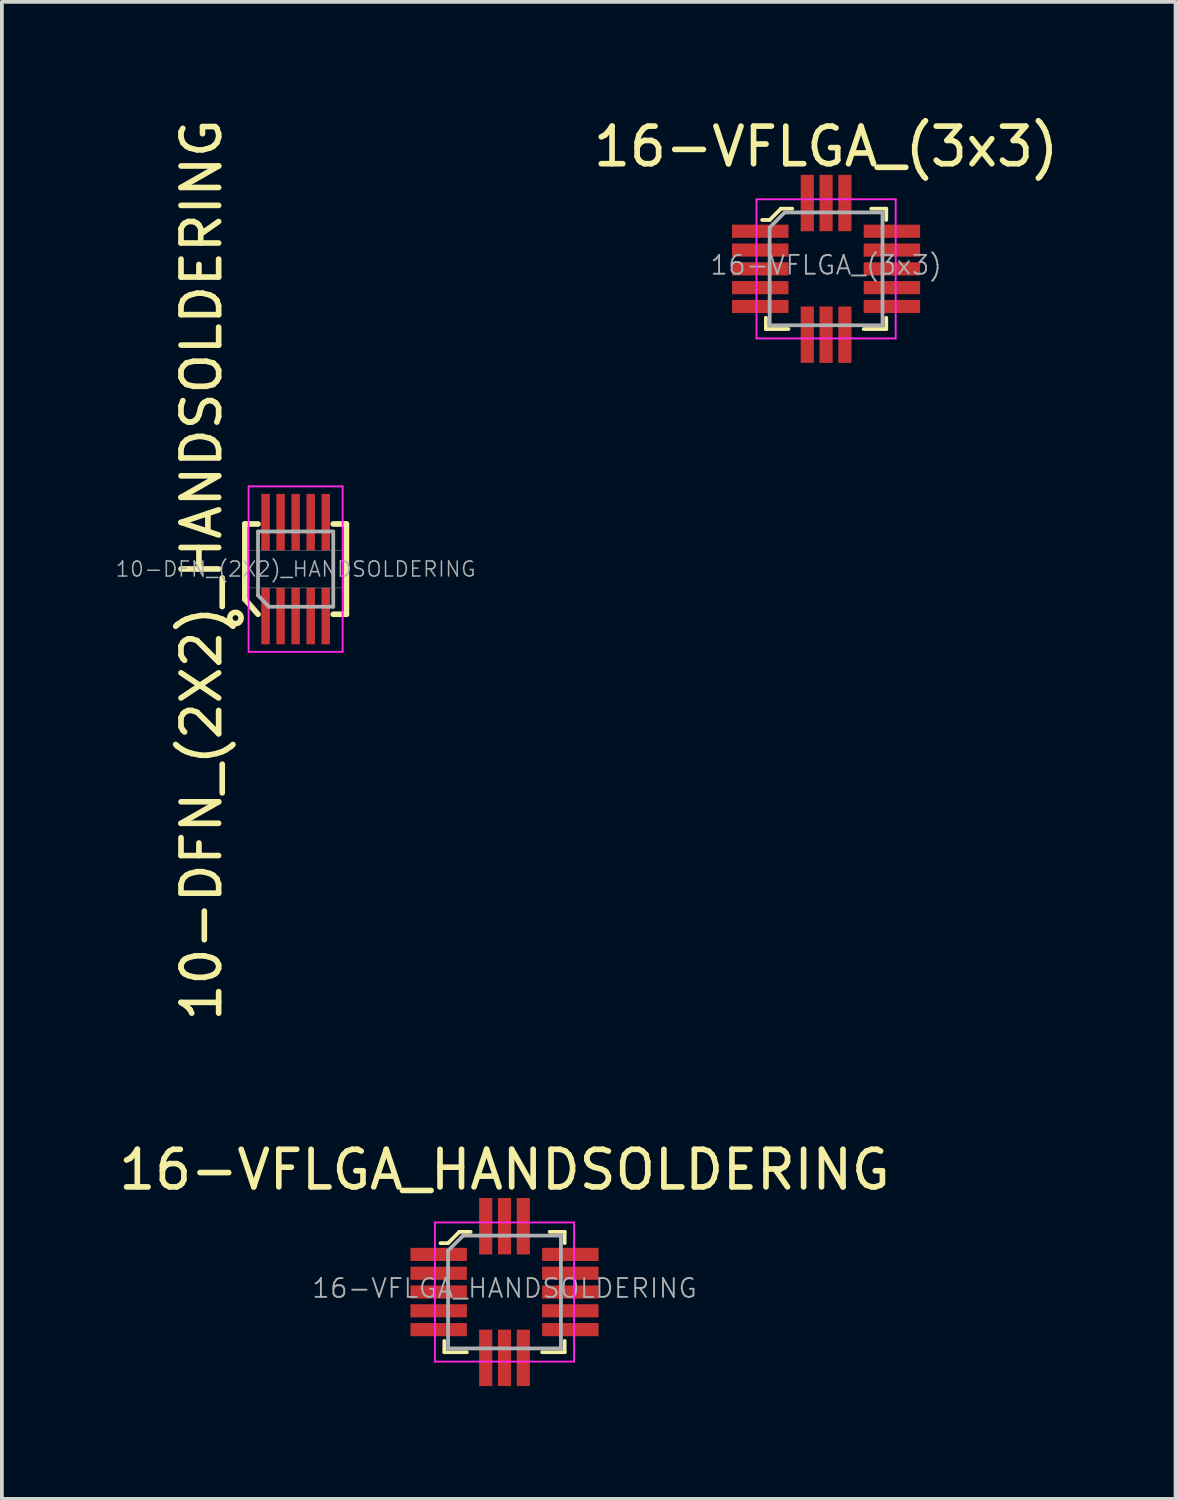
<source format=kicad_pcb>
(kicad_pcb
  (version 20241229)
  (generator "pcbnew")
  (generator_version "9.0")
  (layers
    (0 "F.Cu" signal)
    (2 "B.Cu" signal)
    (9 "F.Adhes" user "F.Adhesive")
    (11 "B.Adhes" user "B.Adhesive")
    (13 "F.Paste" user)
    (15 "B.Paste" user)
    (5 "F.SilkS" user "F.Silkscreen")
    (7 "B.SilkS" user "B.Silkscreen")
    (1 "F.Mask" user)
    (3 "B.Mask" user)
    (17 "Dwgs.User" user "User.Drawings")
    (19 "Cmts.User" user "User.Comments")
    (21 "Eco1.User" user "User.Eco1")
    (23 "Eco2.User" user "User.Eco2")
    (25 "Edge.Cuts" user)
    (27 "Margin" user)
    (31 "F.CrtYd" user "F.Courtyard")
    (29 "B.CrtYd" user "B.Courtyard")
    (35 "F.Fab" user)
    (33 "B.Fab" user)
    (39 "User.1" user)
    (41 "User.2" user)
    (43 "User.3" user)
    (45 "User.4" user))
  (footprint "16-VFLGA_HANDSOLDERING"
    (layer "F.Cu")
    (at 10.363 31.301)
    (property "Reference" "16-VFLGA_HANDSOLDERING" (at 0 -3.25 0) (layer "F.SilkS") (effects (font (size 1 1) (thickness 0.15))))
    (attr through_hole)
    (fp_line (start -1.6 1.3) (end -1.6 1.6) (stroke (width 0.1) (type solid)) (layer "F.SilkS"))
    (fp_line (start -1.6 1.6) (end -1 1.6) (stroke (width 0.1) (type solid)) (layer "F.SilkS"))
    (fp_line (start -1.5 -1.3) (end -1.7 -1.3) (stroke (width 0.1) (type solid)) (layer "F.SilkS"))
    (fp_line (start -1.2 -1.6) (end -1.5 -1.3) (stroke (width 0.1) (type solid)) (layer "F.SilkS"))
    (fp_line (start -0.9 -1.6) (end -1.2 -1.6) (stroke (width 0.1) (type solid)) (layer "F.SilkS"))
    (fp_line (start 1 1.6) (end 1.6 1.6) (stroke (width 0.1) (type solid)) (layer "F.SilkS"))
    (fp_line (start 1.2 -1.6) (end 1.6 -1.6) (stroke (width 0.1) (type solid)) (layer "F.SilkS"))
    (fp_line (start 1.6 -1.6) (end 1.6 -1.3) (stroke (width 0.1) (type solid)) (layer "F.SilkS"))
    (fp_line (start 1.6 1.6) (end 1.6 1.3) (stroke (width 0.1) (type solid)) (layer "F.SilkS"))
    (fp_line (start -1.85 -1.85) (end -1.85 1.85) (stroke (width 0.05) (type solid)) (layer "F.CrtYd"))
    (fp_line (start -1.85 -1.85) (end 1.85 -1.85) (stroke (width 0.05) (type solid)) (layer "F.CrtYd"))
    (fp_line (start -1.85 1.85) (end 1.85 1.85) (stroke (width 0.05) (type solid)) (layer "F.CrtYd"))
    (fp_line (start 1.85 -1.85) (end 1.85 1.85) (stroke (width 0.05) (type solid)) (layer "F.CrtYd"))
    (fp_line (start -1.5 -1.1) (end -1.5 1.5) (stroke (width 0.1) (type solid)) (layer "F.Fab"))
    (fp_line (start -1.5 -1.1) (end -1.1 -1.5) (stroke (width 0.1) (type solid)) (layer "F.Fab"))
    (fp_line (start -1.5 1.5) (end 1.5 1.5) (stroke (width 0.1) (type solid)) (layer "F.Fab"))
    (fp_line (start -1.1 -1.5) (end 1.5 -1.5) (stroke (width 0.1) (type solid)) (layer "F.Fab"))
    (fp_line (start 1.5 -1.5) (end 1.5 1.5) (stroke (width 0.1) (type solid)) (layer "F.Fab"))
    (fp_text user "${REFERENCE}" (at 0 -0.1 0) (layer "F.Fab") (effects (font (size 0.5 0.5) (thickness 0.05))))
    (pad "1" smd rect (at -1.75 -1) (size 1.5 0.35) (layers "F.Cu" "F.Mask" "F.Paste"))
    (pad "2" smd rect (at -1.75 -0.5) (size 1.5 0.35) (layers "F.Cu" "F.Mask" "F.Paste"))
    (pad "3" smd rect (at -1.75 0) (size 1.5 0.35) (layers "F.Cu" "F.Mask" "F.Paste"))
    (pad "4" smd rect (at -1.75 0.5) (size 1.5 0.35) (layers "F.Cu" "F.Mask" "F.Paste"))
    (pad "5" smd rect (at -1.75 1) (size 1.5 0.35) (layers "F.Cu" "F.Mask" "F.Paste"))
    (pad "6" smd rect (at -0.5 1.75) (size 0.35 1.5) (layers "F.Cu" "F.Mask" "F.Paste"))
    (pad "7" smd rect (at 0 1.75) (size 0.35 1.5) (layers "F.Cu" "F.Mask" "F.Paste"))
    (pad "8" smd rect (at 0.5 1.75) (size 0.35 1.5) (layers "F.Cu" "F.Mask" "F.Paste"))
    (pad "9" smd rect (at 1.75 1) (size 1.5 0.35) (layers "F.Cu" "F.Mask" "F.Paste"))
    (pad "10" smd rect (at 1.75 0.5) (size 1.5 0.35) (layers "F.Cu" "F.Mask" "F.Paste"))
    (pad "11" smd rect (at 1.75 0) (size 1.5 0.35) (layers "F.Cu" "F.Mask" "F.Paste"))
    (pad "12" smd rect (at 1.75 -0.5) (size 1.5 0.35) (layers "F.Cu" "F.Mask" "F.Paste"))
    (pad "13" smd rect (at 1.75 -1) (size 1.5 0.35) (layers "F.Cu" "F.Mask" "F.Paste"))
    (pad "14" smd rect (at 0.5 -1.75) (size 0.35 1.5) (layers "F.Cu" "F.Mask" "F.Paste"))
    (pad "15" smd rect (at 0 -1.75) (size 0.35 1.5) (layers "F.Cu" "F.Mask" "F.Paste"))
    (pad "16" smd rect (at -0.5 -1.75) (size 0.35 1.5) (layers "F.Cu" "F.Mask" "F.Paste")))
  (footprint "16-VFLGA_(3x3)"
    (layer "F.Cu")
    (at 18.913 4.098)
    (property "Reference" "16-VFLGA_(3x3)" (at 0 -3.25 0) (layer "F.SilkS") (effects (font (size 1 1) (thickness 0.15))))
    (attr through_hole)
    (fp_line (start -1.6 1.3) (end -1.6 1.6) (stroke (width 0.1) (type solid)) (layer "F.SilkS"))
    (fp_line (start -1.6 1.6) (end -1 1.6) (stroke (width 0.1) (type solid)) (layer "F.SilkS"))
    (fp_line (start -1.5 -1.3) (end -1.7 -1.3) (stroke (width 0.1) (type solid)) (layer "F.SilkS"))
    (fp_line (start -1.2 -1.6) (end -1.5 -1.3) (stroke (width 0.1) (type solid)) (layer "F.SilkS"))
    (fp_line (start -0.9 -1.6) (end -1.2 -1.6) (stroke (width 0.1) (type solid)) (layer "F.SilkS"))
    (fp_line (start 1 1.6) (end 1.6 1.6) (stroke (width 0.1) (type solid)) (layer "F.SilkS"))
    (fp_line (start 1.2 -1.6) (end 1.6 -1.6) (stroke (width 0.1) (type solid)) (layer "F.SilkS"))
    (fp_line (start 1.6 -1.6) (end 1.6 -1.3) (stroke (width 0.1) (type solid)) (layer "F.SilkS"))
    (fp_line (start 1.6 1.6) (end 1.6 1.3) (stroke (width 0.1) (type solid)) (layer "F.SilkS"))
    (fp_line (start -1.85 -1.85) (end -1.85 1.85) (stroke (width 0.05) (type solid)) (layer "F.CrtYd"))
    (fp_line (start -1.85 -1.85) (end 1.85 -1.85) (stroke (width 0.05) (type solid)) (layer "F.CrtYd"))
    (fp_line (start -1.85 1.85) (end 1.85 1.85) (stroke (width 0.05) (type solid)) (layer "F.CrtYd"))
    (fp_line (start 1.85 -1.85) (end 1.85 1.85) (stroke (width 0.05) (type solid)) (layer "F.CrtYd"))
    (fp_line (start -1.5 -1.1) (end -1.5 1.5) (stroke (width 0.1) (type solid)) (layer "F.Fab"))
    (fp_line (start -1.5 -1.1) (end -1.1 -1.5) (stroke (width 0.1) (type solid)) (layer "F.Fab"))
    (fp_line (start -1.5 1.5) (end 1.5 1.5) (stroke (width 0.1) (type solid)) (layer "F.Fab"))
    (fp_line (start -1.1 -1.5) (end 1.5 -1.5) (stroke (width 0.1) (type solid)) (layer "F.Fab"))
    (fp_line (start 1.5 -1.5) (end 1.5 1.5) (stroke (width 0.1) (type solid)) (layer "F.Fab"))
    (fp_text user "${REFERENCE}" (at 0 -0.1 0) (layer "F.Fab") (effects (font (size 0.5 0.5) (thickness 0.05))))
    (pad "1" smd rect (at -1.75 -1) (size 1.5 0.35) (layers "F.Cu" "F.Mask" "F.Paste"))
    (pad "2" smd rect (at -1.75 -0.5) (size 1.5 0.35) (layers "F.Cu" "F.Mask" "F.Paste"))
    (pad "3" smd rect (at -1.75 0) (size 1.5 0.35) (layers "F.Cu" "F.Mask" "F.Paste"))
    (pad "4" smd rect (at -1.75 0.5) (size 1.5 0.35) (layers "F.Cu" "F.Mask" "F.Paste"))
    (pad "5" smd rect (at -1.75 1) (size 1.5 0.35) (layers "F.Cu" "F.Mask" "F.Paste"))
    (pad "6" smd rect (at -0.5 1.75) (size 0.35 1.5) (layers "F.Cu" "F.Mask" "F.Paste"))
    (pad "7" smd rect (at 0 1.75) (size 0.35 1.5) (layers "F.Cu" "F.Mask" "F.Paste"))
    (pad "8" smd rect (at 0.5 1.75) (size 0.35 1.5) (layers "F.Cu" "F.Mask" "F.Paste"))
    (pad "9" smd rect (at 1.75 1) (size 1.5 0.35) (layers "F.Cu" "F.Mask" "F.Paste"))
    (pad "10" smd rect (at 1.75 0.5) (size 1.5 0.35) (layers "F.Cu" "F.Mask" "F.Paste"))
    (pad "11" smd rect (at 1.75 0) (size 1.5 0.35) (layers "F.Cu" "F.Mask" "F.Paste"))
    (pad "12" smd rect (at 1.75 -0.5) (size 1.5 0.35) (layers "F.Cu" "F.Mask" "F.Paste"))
    (pad "13" smd rect (at 1.75 -1) (size 1.5 0.35) (layers "F.Cu" "F.Mask" "F.Paste"))
    (pad "14" smd rect (at 0.5 -1.75) (size 0.35 1.5) (layers "F.Cu" "F.Mask" "F.Paste"))
    (pad "15" smd rect (at 0 -1.75) (size 0.35 1.5) (layers "F.Cu" "F.Mask" "F.Paste"))
    (pad "16" smd rect (at -0.5 -1.75) (size 0.35 1.5) (layers "F.Cu" "F.Mask" "F.Paste")))
  (footprint "10-DFN_(2X2)_HANDSOLDERING"
    (layer "F.Cu")
    (at 4.81 12.081)
    (property "Reference" "10-DFN_(2X2)_HANDSOLDERING" (at -2.502 0.02 90) (layer "F.SilkS") (effects (font (size 1 1) (thickness 0.15))))
    (attr through_hole)
    (fp_line (start -1.35 -1.2) (end -1 -1.2) (stroke (width 0.15) (type solid)) (layer "F.SilkS"))
    (fp_line (start -1.35 0.8) (end -1.35 -1.2) (stroke (width 0.15) (type solid)) (layer "F.SilkS"))
    (fp_line (start -1.35 0.8) (end -1 1.2) (stroke (width 0.15) (type solid)) (layer "F.SilkS"))
    (fp_line (start 1.35 -1.2) (end 1 -1.2) (stroke (width 0.15) (type solid)) (layer "F.SilkS"))
    (fp_line (start 1.35 -1.2) (end 1.35 1.2) (stroke (width 0.15) (type solid)) (layer "F.SilkS"))
    (fp_line (start 1.35 1.2) (end 1 1.2) (stroke (width 0.15) (type solid)) (layer "F.SilkS"))
    (fp_circle (center -1.6 1.3) (end -1.6 1.45) (stroke (width 0.15) (type solid)) (fill no) (layer "F.SilkS"))
    (fp_line (start -1.25 -2.2) (end 1.25 -2.2) (stroke (width 0.05) (type solid)) (layer "F.CrtYd"))
    (fp_line (start -1.25 2.2) (end -1.25 -2.2) (stroke (width 0.05) (type solid)) (layer "F.CrtYd"))
    (fp_line (start 1.25 -2.2) (end 1.25 2.2) (stroke (width 0.05) (type solid)) (layer "F.CrtYd"))
    (fp_line (start 1.25 2.2) (end -1.25 2.2) (stroke (width 0.05) (type solid)) (layer "F.CrtYd"))
    (fp_line (start -1.27 -0.5) (end 1.22 -0.5) (stroke (width 0.01) (type solid)) (layer "F.Fab"))
    (fp_line (start -1.27 0.5) (end 1.22 0.5) (stroke (width 0.01) (type solid)) (layer "F.Fab"))
    (fp_line (start -1 -1) (end -1 0.7) (stroke (width 0.1) (type solid)) (layer "F.Fab"))
    (fp_line (start -1 -1) (end 1 -1) (stroke (width 0.1) (type solid)) (layer "F.Fab"))
    (fp_line (start -0.71 1) (end -1 0.7) (stroke (width 0.1) (type solid)) (layer "F.Fab"))
    (fp_line (start 1 -1) (end 1 1) (stroke (width 0.1) (type solid)) (layer "F.Fab"))
    (fp_line (start 1 1) (end -0.7 1) (stroke (width 0.1) (type solid)) (layer "F.Fab"))
    (fp_text user "${REFERENCE}" (at 0 0 0) (layer "F.Fab") (effects (font (size 0.4 0.4) (thickness 0.04))))
    (pad "1" smd rect (at -0.8 1.25) (size 0.225 1.5) (layers "F.Cu" "F.Mask" "F.Paste"))
    (pad "2" smd rect (at -0.4 1.25) (size 0.225 1.5) (layers "F.Cu" "F.Mask" "F.Paste"))
    (pad "3" smd rect (at 0 1.25) (size 0.225 1.5) (layers "F.Cu" "F.Mask" "F.Paste"))
    (pad "4" smd rect (at 0.4 1.25) (size 0.225 1.5) (layers "F.Cu" "F.Mask" "F.Paste"))
    (pad "5" smd rect (at 0.8 1.25) (size 0.225 1.5) (layers "F.Cu" "F.Mask" "F.Paste"))
    (pad "6" smd rect (at 0.8 -1.25) (size 0.225 1.5) (layers "F.Cu" "F.Mask" "F.Paste"))
    (pad "7" smd rect (at 0.4 -1.25) (size 0.225 1.5) (layers "F.Cu" "F.Mask" "F.Paste"))
    (pad "8" smd rect (at 0 -1.25) (size 0.225 1.5) (layers "F.Cu" "F.Mask" "F.Paste"))
    (pad "9" smd rect (at -0.4 -1.25) (size 0.225 1.5) (layers "F.Cu" "F.Mask" "F.Paste"))
    (pad "10" smd rect (at -0.8 -1.25) (size 0.225 1.5) (layers "F.Cu" "F.Mask" "F.Paste")))
  (gr_rect
    (start -3 -3)
    (end 28.204 36.801)
    (stroke (width 0.1) (type default))
    (fill no)
    (layer "Edge.Cuts")))
</source>
